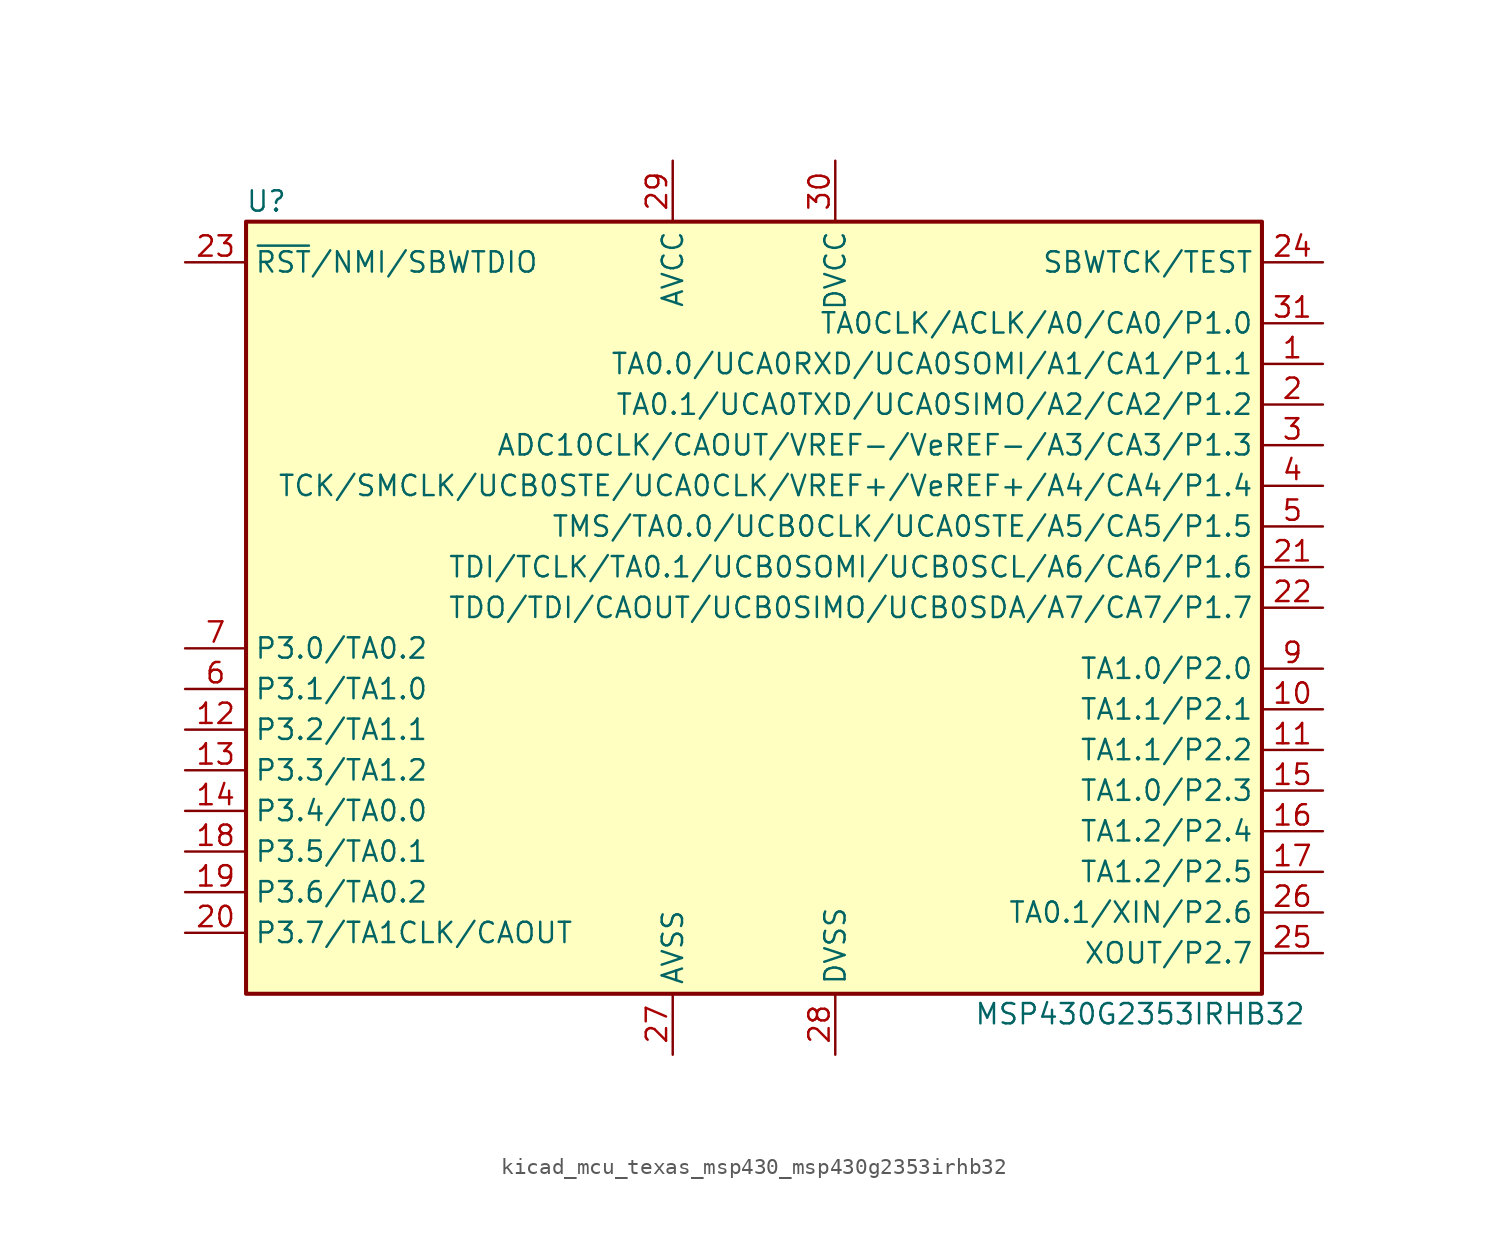
<source format=kicad_sym>
(kicad_symbol_lib
  (version 20220914)
  (generator kicad_symbol_editor)
  (symbol "kicad_mcu_texas_msp430_msp430g2353irhb32"
    (property "Reference" "U"
      (at -30.48 25.4 0)
      (effects (font (size 1.27 1.27))))
    (property "Value" "MSP430G2353IRHB32"
      (at 24.13 -25.4 0)
      (effects (font (size 1.27 1.27))))
    (symbol "kicad_mcu_texas_msp430_msp430g2353irhb32_0_1"
      (rectangle (start -31.75 24.13) (end 31.75 -24.13) (stroke (width 0.254) (type default)) (fill (type background))))
    (symbol "kicad_mcu_texas_msp430_msp430g2353irhb32_1_1"
      (pin bidirectional line (at 35.56 15.24 180) (length 3.81) (name "TA0.0/UCA0RXD/UCA0SOMI/A1/CA1/P1.1" (effects (font (size 1.27 1.27)))) (number "1" (effects (font (size 1.27 1.27)))))
      (pin bidirectional line (at 35.56 -6.35 180) (length 3.81) (name "TA1.1/P2.1" (effects (font (size 1.27 1.27)))) (number "10" (effects (font (size 1.27 1.27)))))
      (pin bidirectional line (at 35.56 -8.89 180) (length 3.81) (name "TA1.1/P2.2" (effects (font (size 1.27 1.27)))) (number "11" (effects (font (size 1.27 1.27)))))
      (pin bidirectional line (at -35.56 -7.62 0) (length 3.81) (name "P3.2/TA1.1" (effects (font (size 1.27 1.27)))) (number "12" (effects (font (size 1.27 1.27)))))
      (pin bidirectional line (at -35.56 -10.16 0) (length 3.81) (name "P3.3/TA1.2" (effects (font (size 1.27 1.27)))) (number "13" (effects (font (size 1.27 1.27)))))
      (pin bidirectional line (at -35.56 -12.7 0) (length 3.81) (name "P3.4/TA0.0" (effects (font (size 1.27 1.27)))) (number "14" (effects (font (size 1.27 1.27)))))
      (pin bidirectional line (at 35.56 -11.43 180) (length 3.81) (name "TA1.0/P2.3" (effects (font (size 1.27 1.27)))) (number "15" (effects (font (size 1.27 1.27)))))
      (pin bidirectional line (at 35.56 -13.97 180) (length 3.81) (name "TA1.2/P2.4" (effects (font (size 1.27 1.27)))) (number "16" (effects (font (size 1.27 1.27)))))
      (pin bidirectional line (at 35.56 -16.51 180) (length 3.81) (name "TA1.2/P2.5" (effects (font (size 1.27 1.27)))) (number "17" (effects (font (size 1.27 1.27)))))
      (pin bidirectional line (at -35.56 -15.24 0) (length 3.81) (name "P3.5/TA0.1" (effects (font (size 1.27 1.27)))) (number "18" (effects (font (size 1.27 1.27)))))
      (pin bidirectional line (at -35.56 -17.78 0) (length 3.81) (name "P3.6/TA0.2" (effects (font (size 1.27 1.27)))) (number "19" (effects (font (size 1.27 1.27)))))
      (pin bidirectional line (at 35.56 12.7 180) (length 3.81) (name "TA0.1/UCA0TXD/UCA0SIMO/A2/CA2/P1.2" (effects (font (size 1.27 1.27)))) (number "2" (effects (font (size 1.27 1.27)))))
      (pin bidirectional line (at -35.56 -20.32 0) (length 3.81) (name "P3.7/TA1CLK/CAOUT" (effects (font (size 1.27 1.27)))) (number "20" (effects (font (size 1.27 1.27)))))
      (pin bidirectional line (at 35.56 2.54 180) (length 3.81) (name "TDI/TCLK/TA0.1/UCB0SOMI/UCB0SCL/A6/CA6/P1.6" (effects (font (size 1.27 1.27)))) (number "21" (effects (font (size 1.27 1.27)))))
      (pin bidirectional line (at 35.56 0 180) (length 3.81) (name "TDO/TDI/CAOUT/UCB0SIMO/UCB0SDA/A7/CA7/P1.7" (effects (font (size 1.27 1.27)))) (number "22" (effects (font (size 1.27 1.27)))))
      (pin input line (at -35.56 21.59 0) (length 3.81) (name "~{RST}/NMI/SBWTDIO" (effects (font (size 1.27 1.27)))) (number "23" (effects (font (size 1.27 1.27)))))
      (pin input line (at 35.56 21.59 180) (length 3.81) (name "SBWTCK/TEST" (effects (font (size 1.27 1.27)))) (number "24" (effects (font (size 1.27 1.27)))))
      (pin bidirectional line (at 35.56 -21.59 180) (length 3.81) (name "XOUT/P2.7" (effects (font (size 1.27 1.27)))) (number "25" (effects (font (size 1.27 1.27)))))
      (pin bidirectional line (at 35.56 -19.05 180) (length 3.81) (name "TA0.1/XIN/P2.6" (effects (font (size 1.27 1.27)))) (number "26" (effects (font (size 1.27 1.27)))))
      (pin power_in line (at -5.08 -27.94 90) (length 3.81) (name "AVSS" (effects (font (size 1.27 1.27)))) (number "27" (effects (font (size 1.27 1.27)))))
      (pin power_in line (at 5.08 -27.94 90) (length 3.81) (name "DVSS" (effects (font (size 1.27 1.27)))) (number "28" (effects (font (size 1.27 1.27)))))
      (pin power_in line (at -5.08 27.94 270) (length 3.81) (name "AVCC" (effects (font (size 1.27 1.27)))) (number "29" (effects (font (size 1.27 1.27)))))
      (pin bidirectional line (at 35.56 10.16 180) (length 3.81) (name "ADC10CLK/CAOUT/VREF-/VeREF-/A3/CA3/P1.3" (effects (font (size 1.27 1.27)))) (number "3" (effects (font (size 1.27 1.27)))))
      (pin power_in line (at 5.08 27.94 270) (length 3.81) (name "DVCC" (effects (font (size 1.27 1.27)))) (number "30" (effects (font (size 1.27 1.27)))))
      (pin bidirectional line (at 35.56 17.78 180) (length 3.81) (name "TA0CLK/ACLK/A0/CA0/P1.0" (effects (font (size 1.27 1.27)))) (number "31" (effects (font (size 1.27 1.27)))))
      (pin bidirectional line (at 35.56 7.62 180) (length 3.81) (name "TCK/SMCLK/UCB0STE/UCA0CLK/VREF+/VeREF+/A4/CA4/P1.4" (effects (font (size 1.27 1.27)))) (number "4" (effects (font (size 1.27 1.27)))))
      (pin bidirectional line (at 35.56 5.08 180) (length 3.81) (name "TMS/TA0.0/UCB0CLK/UCA0STE/A5/CA5/P1.5" (effects (font (size 1.27 1.27)))) (number "5" (effects (font (size 1.27 1.27)))))
      (pin bidirectional line (at -35.56 -5.08 0) (length 3.81) (name "P3.1/TA1.0" (effects (font (size 1.27 1.27)))) (number "6" (effects (font (size 1.27 1.27)))))
      (pin bidirectional line (at -35.56 -2.54 0) (length 3.81) (name "P3.0/TA0.2" (effects (font (size 1.27 1.27)))) (number "7" (effects (font (size 1.27 1.27)))))
      (pin bidirectional line (at 35.56 -3.81 180) (length 3.81) (name "TA1.0/P2.0" (effects (font (size 1.27 1.27)))) (number "9" (effects (font (size 1.27 1.27))))))))
</source>
